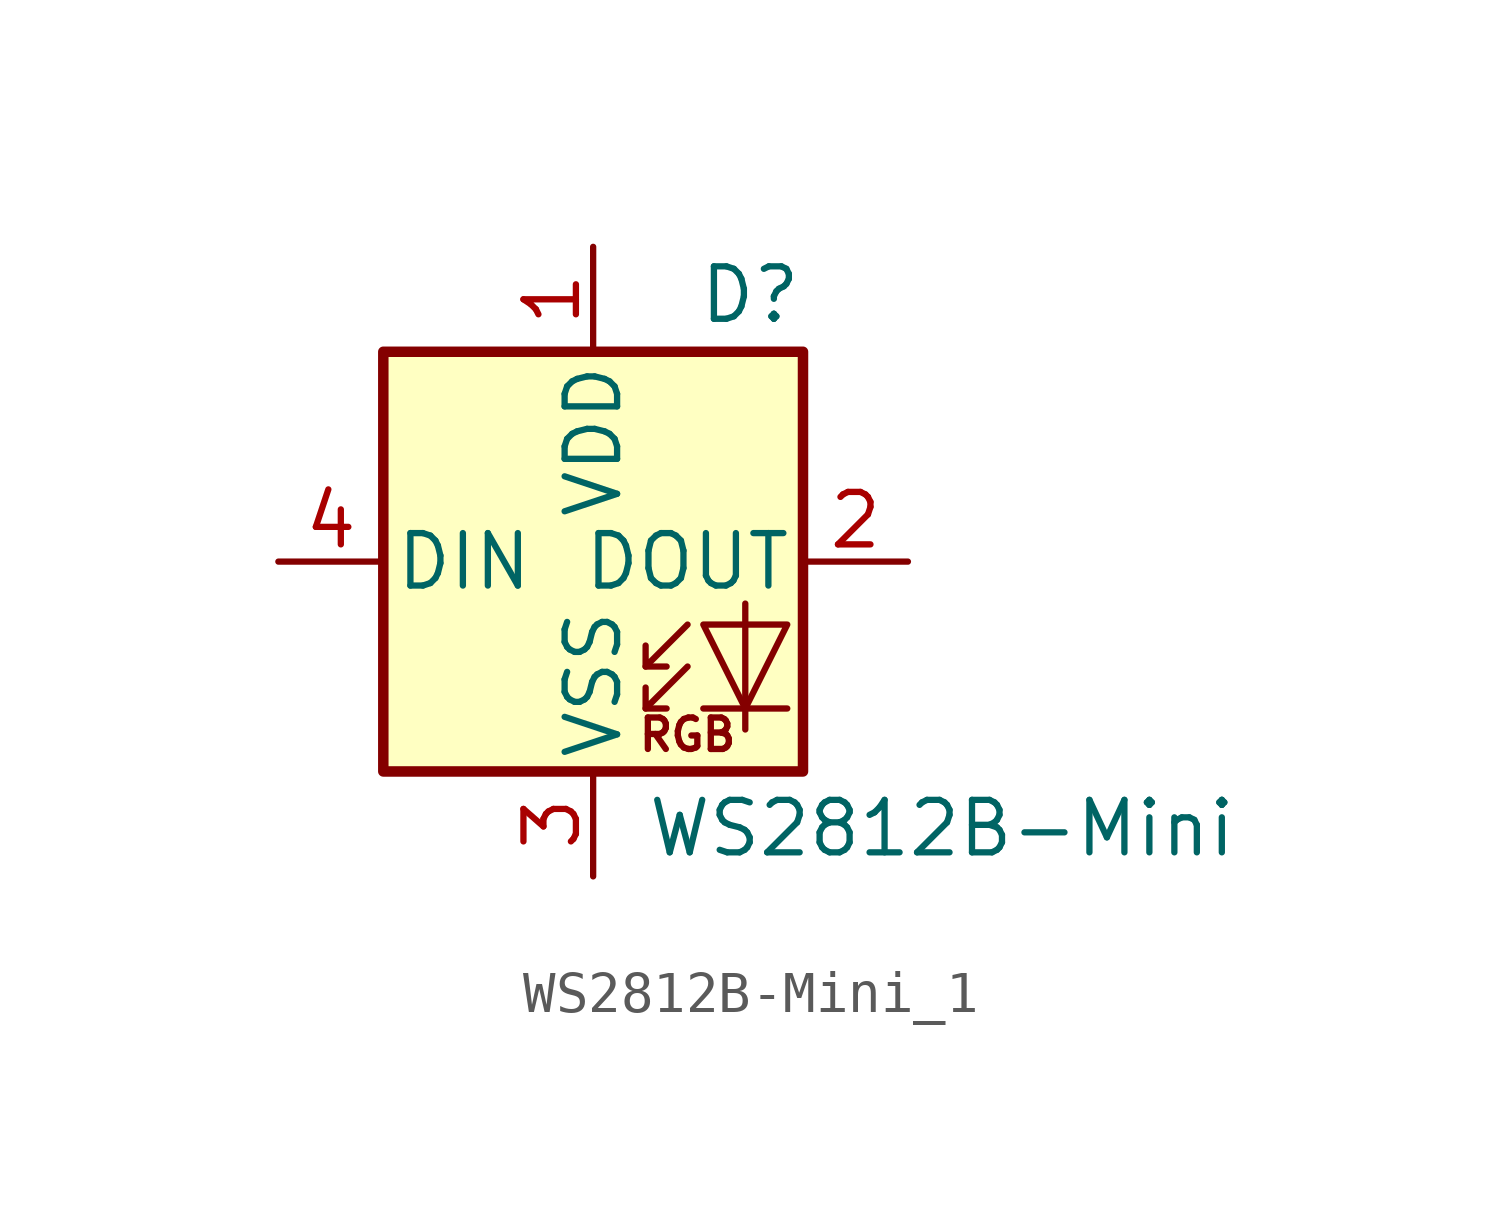
<source format=kicad_sym>
(kicad_symbol_lib
  (version 20220914)
  (generator kicad_symbol_editor)
  (symbol "WS2812B-Mini_1"
    (pin_names
      (offset 0.254))
    (property "Reference" "D"
      (at 5.08 5.715 0)
      (effects (font (size 1.27 1.27)) (justify right bottom)))
    (property "Value" "WS2812B-Mini"
      (at 1.27 -5.715 0)
      (effects (font (size 1.27 1.27)) (justify left top)))
    (symbol "WS2812B-Mini_1_0_0"
      (text "RGB" (at 2.286 -4.191 0) (effects (font (size 0.762 0.762)))))
    (symbol "WS2812B-Mini_1_0_1"
      (polyline (pts (xy 1.27 -3.556) (xy 1.778 -3.556)) (stroke (width 0) (type default)) (fill (type none)))
      (polyline (pts (xy 1.27 -2.54) (xy 1.778 -2.54)) (stroke (width 0) (type default)) (fill (type none)))
      (polyline (pts (xy 4.699 -3.556) (xy 2.667 -3.556)) (stroke (width 0) (type default)) (fill (type none)))
      (polyline (pts (xy 2.286 -2.54) (xy 1.27 -3.556) (xy 1.27 -3.048)) (stroke (width 0) (type default)) (fill (type none)))
      (polyline (pts (xy 2.286 -1.524) (xy 1.27 -2.54) (xy 1.27 -2.032)) (stroke (width 0) (type default)) (fill (type none)))
      (polyline (pts (xy 3.683 -1.016) (xy 3.683 -3.556) (xy 3.683 -4.064)) (stroke (width 0) (type default)) (fill (type none)))
      (polyline (pts (xy 4.699 -1.524) (xy 2.667 -1.524) (xy 3.683 -3.556) (xy 4.699 -1.524)) (stroke (width 0) (type default)) (fill (type none)))
      (rectangle (start 5.08 5.08) (end -5.08 -5.08) (stroke (width 0.254) (type default)) (fill (type background))))
    (symbol "WS2812B-Mini_1_1_1"
      (pin power_in line (at 0 7.62 270) (length 2.54) (name "VDD" (effects (font (size 1.27 1.27)))) (number "1" (effects (font (size 1.27 1.27)))))
      (pin output line (at 7.62 0 180) (length 2.54) (name "DOUT" (effects (font (size 1.27 1.27)))) (number "2" (effects (font (size 1.27 1.27)))))
      (pin power_in line (at 0 -7.62 90) (length 2.54) (name "VSS" (effects (font (size 1.27 1.27)))) (number "3" (effects (font (size 1.27 1.27)))))
      (pin input line (at -7.62 0 0) (length 2.54) (name "DIN" (effects (font (size 1.27 1.27)))) (number "4" (effects (font (size 1.27 1.27))))))))
</source>
